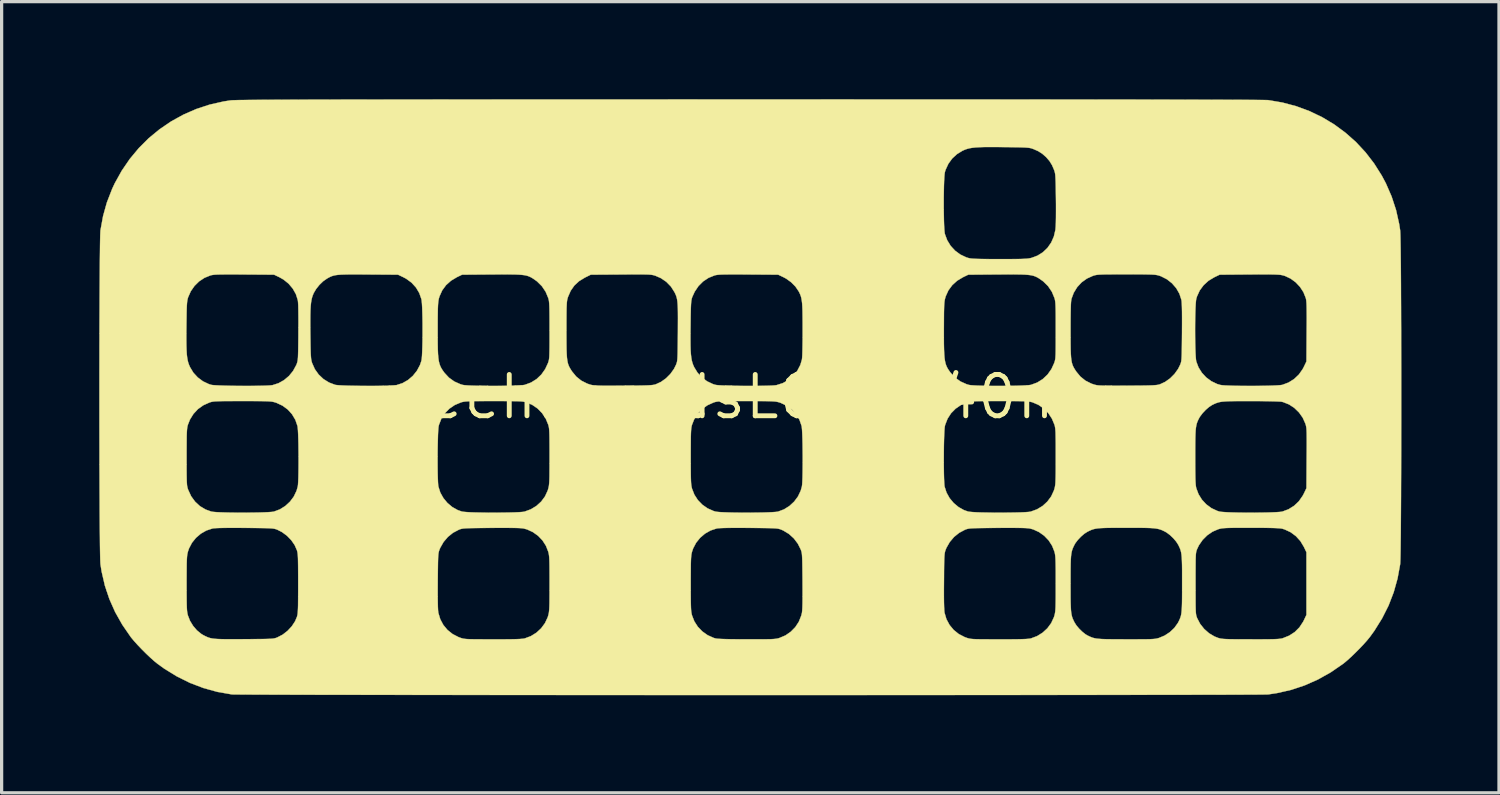
<source format=kicad_pcb>
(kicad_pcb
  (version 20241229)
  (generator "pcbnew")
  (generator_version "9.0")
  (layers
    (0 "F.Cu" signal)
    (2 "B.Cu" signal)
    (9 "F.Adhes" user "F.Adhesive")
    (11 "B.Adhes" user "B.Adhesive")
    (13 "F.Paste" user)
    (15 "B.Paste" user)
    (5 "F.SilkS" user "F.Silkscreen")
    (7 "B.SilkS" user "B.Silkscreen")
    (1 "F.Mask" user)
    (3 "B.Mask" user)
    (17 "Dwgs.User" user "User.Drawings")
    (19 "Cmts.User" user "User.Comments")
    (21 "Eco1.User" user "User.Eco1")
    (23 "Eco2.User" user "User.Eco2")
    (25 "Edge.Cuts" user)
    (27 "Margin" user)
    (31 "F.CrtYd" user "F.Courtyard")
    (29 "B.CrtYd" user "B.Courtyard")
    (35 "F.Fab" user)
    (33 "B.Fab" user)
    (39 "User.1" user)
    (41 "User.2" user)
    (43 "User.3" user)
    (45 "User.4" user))
  (footprint "mechboardsLOGO_40mm"
    (layer "F.Cu")
    (at 20.01 9.149)
    (property "Reference" "mechboardsLOGO_40mm" (at 0 0 0) (layer "F.SilkS") (effects (font (size 1.27 1.27) (thickness 0.15))))
    (attr through_hole)
    (fp_poly (pts (xy 2.168 -9.144) (xy 3.194 -9.143) (xy 4.178 -9.143) (xy 5.121 -9.143) (xy 6.023 -9.143) (xy 6.883 -9.143) (xy 7.703 -9.142) (xy 8.483 -9.142) (xy 9.222 -9.141) (xy 9.921 -9.141) (xy 10.581 -9.14) (xy 11.2 -9.139) (xy 11.781 -9.139) (xy 12.322 -9.138) (xy 12.824 -9.137) (xy 13.288 -9.136) (xy 13.713 -9.135) (xy 14.101 -9.134) (xy 14.45 -9.133) (xy 14.761 -9.132) (xy 15.035 -9.131) (xy 15.271 -9.13) (xy 15.471 -9.129) (xy 15.633 -9.127) (xy 15.759 -9.126) (xy 15.849 -9.124) (xy 15.903 -9.123) (xy 15.918 -9.122) (xy 16.356 -9.047) (xy 16.78 -8.934) (xy 17.188 -8.783) (xy 17.577 -8.596) (xy 17.945 -8.375) (xy 18.291 -8.12) (xy 18.613 -7.835) (xy 18.907 -7.519) (xy 19.172 -7.175) (xy 19.407 -6.803) (xy 19.533 -6.566) (xy 19.709 -6.162) (xy 19.846 -5.745) (xy 19.942 -5.314) (xy 19.972 -5.122) (xy 19.975 -5.074) (xy 19.979 -4.986) (xy 19.982 -4.86) (xy 19.985 -4.699) (xy 19.988 -4.505) (xy 19.99 -4.28) (xy 19.993 -4.027) (xy 19.995 -3.748) (xy 19.997 -3.445) (xy 19.998 -3.121) (xy 20 -2.778) (xy 20.001 -2.418) (xy 20.003 -2.044) (xy 20.003 -1.658) (xy 20.004 -1.262) (xy 20.005 -0.86) (xy 20.005 -0.452) (xy 20.005 -0.041) (xy 20.005 0.37) (xy 20.005 0.778) (xy 20.004 1.183) (xy 20.004 1.58) (xy 20.003 1.969) (xy 20.002 2.346) (xy 20 2.71) (xy 19.999 3.057) (xy 19.997 3.386) (xy 19.995 3.695) (xy 19.993 3.98) (xy 19.991 4.24) (xy 19.988 4.472) (xy 19.986 4.674) (xy 19.983 4.844) (xy 19.98 4.979) (xy 19.976 5.077) (xy 19.973 5.135) (xy 19.972 5.144) (xy 19.892 5.581) (xy 19.774 6.003) (xy 19.616 6.412) (xy 19.417 6.806) (xy 19.179 7.188) (xy 19.043 7.376) (xy 18.959 7.479) (xy 18.851 7.601) (xy 18.726 7.733) (xy 18.593 7.866) (xy 18.461 7.993) (xy 18.337 8.105) (xy 18.23 8.194) (xy 18.213 8.206) (xy 17.837 8.465) (xy 17.446 8.684) (xy 17.042 8.863) (xy 16.623 9.003) (xy 16.189 9.102) (xy 15.918 9.143) (xy 15.887 9.144) (xy 15.815 9.145) (xy 15.703 9.147) (xy 15.553 9.148) (xy 15.366 9.149) (xy 15.143 9.15) (xy 14.884 9.151) (xy 14.593 9.152) (xy 14.269 9.153) (xy 13.915 9.153) (xy 13.531 9.154) (xy 13.119 9.155) (xy 12.679 9.156) (xy 12.214 9.156) (xy 11.724 9.157) (xy 11.211 9.158) (xy 10.676 9.158) (xy 10.121 9.159) (xy 9.546 9.159) (xy 8.953 9.16) (xy 8.343 9.16) (xy 7.717 9.161) (xy 7.077 9.161) (xy 6.424 9.161) (xy 5.759 9.162) (xy 5.084 9.162) (xy 4.4 9.162) (xy 3.707 9.162) (xy 3.008 9.163) (xy 2.304 9.163) (xy 1.595 9.163) (xy 0.883 9.163) (xy 0.17 9.163) (xy -0.543 9.163) (xy -1.256 9.163) (xy -1.966 9.163) (xy -2.673 9.163) (xy -3.375 9.162) (xy -4.071 9.162) (xy -4.759 9.162) (xy -5.44 9.162) (xy -6.11 9.161) (xy -6.769 9.161) (xy -7.415 9.161) (xy -8.048 9.16) (xy -8.667 9.16) (xy -9.268 9.159) (xy -9.853 9.159) (xy -10.418 9.158) (xy -10.964 9.157) (xy -11.488 9.157) (xy -11.99 9.156) (xy -12.467 9.155) (xy -12.92 9.155) (xy -13.346 9.154) (xy -13.745 9.153) (xy -14.114 9.152) (xy -14.454 9.151) (xy -14.762 9.15) (xy -15.037 9.149) (xy -15.278 9.148) (xy -15.484 9.147) (xy -15.653 9.146) (xy -15.784 9.145) (xy -15.876 9.144) (xy -15.928 9.143) (xy -15.938 9.142) (xy -16.379 9.065) (xy -16.807 8.947) (xy -17.221 8.789) (xy -17.621 8.591) (xy -18.006 8.355) (xy -18.213 8.206) (xy -18.317 8.122) (xy -18.438 8.014) (xy -18.57 7.889) (xy -18.703 7.756) (xy -18.83 7.623) (xy -18.942 7.499) (xy -19.031 7.392) (xy -19.043 7.376) (xy -19.302 7) (xy -19.521 6.612) (xy -19.699 6.211) (xy -19.838 5.796) (xy -19.851 5.736) (xy -17.325 5.736) (xy -17.325 5.95) (xy -17.324 6.127) (xy -17.323 6.27) (xy -17.321 6.385) (xy -17.318 6.475) (xy -17.314 6.547) (xy -17.308 6.604) (xy -17.301 6.65) (xy -17.292 6.691) (xy -17.285 6.716) (xy -17.221 6.88) (xy -17.126 7.036) (xy -17.007 7.175) (xy -16.872 7.285) (xy -16.803 7.326) (xy -16.747 7.354) (xy -16.695 7.378) (xy -16.645 7.398) (xy -16.592 7.413) (xy -16.531 7.425) (xy -16.458 7.434) (xy -16.368 7.44) (xy -16.257 7.444) (xy -16.121 7.446) (xy -15.954 7.446) (xy -15.753 7.446) (xy -15.568 7.445) (xy -15.348 7.444) (xy -15.166 7.442) (xy -15.018 7.441) (xy -14.899 7.439) (xy -14.806 7.436) (xy -14.734 7.433) (xy -14.679 7.428) (xy -14.636 7.422) (xy -14.602 7.414) (xy -14.572 7.405) (xy -14.542 7.393) (xy -14.535 7.39) (xy -14.371 7.305) (xy -14.221 7.188) (xy -14.092 7.049) (xy -13.991 6.895) (xy -13.933 6.757) (xy -13.924 6.723) (xy -13.916 6.685) (xy -13.91 6.638) (xy -13.906 6.578) (xy -13.902 6.501) (xy -13.899 6.401) (xy -13.898 6.277) (xy -13.897 6.122) (xy -13.896 5.932) (xy -13.896 5.919) (xy -9.607 5.919) (xy -9.607 6.136) (xy -9.605 6.313) (xy -9.602 6.452) (xy -9.597 6.555) (xy -9.59 6.623) (xy -9.588 6.636) (xy -9.529 6.832) (xy -9.435 7.008) (xy -9.308 7.161) (xy -9.151 7.287) (xy -8.969 7.381) (xy -8.916 7.401) (xy -8.88 7.413) (xy -8.845 7.423) (xy -8.807 7.431) (xy -8.762 7.437) (xy -8.705 7.442) (xy -8.632 7.445) (xy -8.538 7.447) (xy -8.418 7.449) (xy -8.269 7.449) (xy -8.086 7.45) (xy -7.906 7.45) (xy -7.671 7.45) (xy -7.476 7.449) (xy -7.316 7.447) (xy -7.188 7.444) (xy -7.088 7.44) (xy -7.013 7.434) (xy -6.96 7.428) (xy -6.932 7.422) (xy -6.743 7.351) (xy -6.573 7.245) (xy -6.428 7.111) (xy -6.311 6.952) (xy -6.227 6.773) (xy -6.21 6.716) (xy -6.2 6.676) (xy -6.191 6.633) (xy -6.185 6.583) (xy -6.18 6.521) (xy -6.176 6.443) (xy -6.173 6.343) (xy -6.172 6.218) (xy -6.171 6.062) (xy -6.17 5.872) (xy -6.17 5.736) (xy -1.831 5.736) (xy -1.831 5.95) (xy -1.83 6.127) (xy -1.829 6.27) (xy -1.827 6.385) (xy -1.824 6.475) (xy -1.82 6.547) (xy -1.814 6.604) (xy -1.807 6.65) (xy -1.798 6.691) (xy -1.791 6.716) (xy -1.72 6.898) (xy -1.613 7.064) (xy -1.475 7.207) (xy -1.313 7.322) (xy -1.131 7.404) (xy -1.079 7.42) (xy -1.038 7.428) (xy -0.971 7.434) (xy -0.875 7.439) (xy -0.747 7.443) (xy -0.585 7.446) (xy -0.387 7.448) (xy -0.149 7.449) (xy -0.113 7.449) (xy 0.103 7.449) (xy 0.282 7.449) (xy 0.427 7.448) (xy 0.544 7.447) (xy 0.636 7.445) (xy 0.708 7.441) (xy 0.764 7.436) (xy 0.809 7.43) (xy 0.847 7.422) (xy 0.883 7.412) (xy 0.895 7.408) (xy 1.08 7.33) (xy 1.243 7.217) (xy 1.382 7.076) (xy 1.491 6.91) (xy 1.565 6.724) (xy 1.587 6.636) (xy 1.594 6.577) (xy 1.6 6.484) (xy 1.604 6.356) (xy 1.606 6.19) (xy 1.606 5.984) (xy 1.606 5.919) (xy 5.95 5.919) (xy 5.95 6.136) (xy 5.952 6.313) (xy 5.956 6.452) (xy 5.961 6.555) (xy 5.967 6.623) (xy 5.97 6.636) (xy 6.028 6.832) (xy 6.123 7.008) (xy 6.25 7.161) (xy 6.406 7.287) (xy 6.588 7.381) (xy 6.642 7.401) (xy 6.678 7.413) (xy 6.713 7.423) (xy 6.75 7.431) (xy 6.796 7.437) (xy 6.853 7.442) (xy 6.926 7.445) (xy 7.02 7.447) (xy 7.139 7.449) (xy 7.288 7.449) (xy 7.472 7.45) (xy 7.652 7.45) (xy 7.886 7.45) (xy 8.082 7.449) (xy 8.242 7.447) (xy 8.37 7.444) (xy 8.47 7.44) (xy 8.544 7.434) (xy 8.598 7.428) (xy 8.625 7.422) (xy 8.814 7.351) (xy 8.984 7.245) (xy 9.13 7.111) (xy 9.247 6.952) (xy 9.33 6.773) (xy 9.348 6.716) (xy 9.358 6.676) (xy 9.366 6.633) (xy 9.373 6.583) (xy 9.378 6.521) (xy 9.382 6.443) (xy 9.384 6.343) (xy 9.386 6.218) (xy 9.387 6.062) (xy 9.387 5.872) (xy 9.387 5.736) (xy 9.842 5.736) (xy 9.843 5.963) (xy 9.843 6.152) (xy 9.845 6.308) (xy 9.849 6.435) (xy 9.854 6.539) (xy 9.862 6.623) (xy 9.873 6.692) (xy 9.887 6.751) (xy 9.905 6.805) (xy 9.928 6.857) (xy 9.955 6.913) (xy 9.964 6.931) (xy 10.022 7.022) (xy 10.105 7.121) (xy 10.201 7.215) (xy 10.296 7.291) (xy 10.351 7.325) (xy 10.409 7.354) (xy 10.462 7.378) (xy 10.513 7.398) (xy 10.569 7.413) (xy 10.632 7.426) (xy 10.709 7.434) (xy 10.803 7.441) (xy 10.919 7.445) (xy 11.061 7.447) (xy 11.235 7.449) (xy 11.445 7.449) (xy 11.549 7.45) (xy 11.766 7.45) (xy 11.945 7.449) (xy 12.091 7.449) (xy 12.207 7.447) (xy 12.299 7.445) (xy 12.371 7.441) (xy 12.428 7.436) (xy 12.473 7.43) (xy 12.511 7.421) (xy 12.547 7.411) (xy 12.556 7.409) (xy 12.735 7.334) (xy 12.896 7.228) (xy 13.034 7.097) (xy 13.141 6.947) (xy 13.155 6.921) (xy 13.182 6.866) (xy 13.205 6.814) (xy 13.224 6.763) (xy 13.239 6.706) (xy 13.25 6.64) (xy 13.258 6.559) (xy 13.264 6.46) (xy 13.268 6.338) (xy 13.27 6.188) (xy 13.271 6.006) (xy 13.271 5.787) (xy 13.271 5.736) (xy 13.684 5.736) (xy 13.684 5.96) (xy 13.685 6.146) (xy 13.685 6.298) (xy 13.686 6.42) (xy 13.688 6.516) (xy 13.691 6.591) (xy 13.695 6.648) (xy 13.701 6.692) (xy 13.708 6.727) (xy 13.717 6.756) (xy 13.728 6.785) (xy 13.734 6.801) (xy 13.825 6.975) (xy 13.949 7.131) (xy 14.099 7.263) (xy 14.267 7.363) (xy 14.379 7.407) (xy 14.414 7.417) (xy 14.451 7.426) (xy 14.494 7.432) (xy 14.548 7.438) (xy 14.618 7.442) (xy 14.706 7.445) (xy 14.819 7.447) (xy 14.96 7.448) (xy 15.134 7.449) (xy 15.345 7.449) (xy 15.379 7.449) (xy 15.601 7.45) (xy 15.784 7.449) (xy 15.934 7.448) (xy 16.054 7.446) (xy 16.148 7.443) (xy 16.222 7.439) (xy 16.278 7.433) (xy 16.322 7.427) (xy 16.358 7.418) (xy 16.363 7.417) (xy 16.562 7.337) (xy 16.733 7.226) (xy 16.877 7.082) (xy 16.992 6.907) (xy 17.013 6.865) (xy 17.092 6.699) (xy 17.092 4.773) (xy 17.013 4.608) (xy 16.906 4.43) (xy 16.769 4.279) (xy 16.606 4.158) (xy 16.423 4.073) (xy 16.351 4.05) (xy 16.311 4.043) (xy 16.252 4.037) (xy 16.171 4.032) (xy 16.063 4.028) (xy 15.925 4.025) (xy 15.754 4.023) (xy 15.547 4.022) (xy 15.385 4.022) (xy 15.17 4.022) (xy 14.992 4.022) (xy 14.848 4.023) (xy 14.733 4.025) (xy 14.642 4.028) (xy 14.571 4.032) (xy 14.515 4.037) (xy 14.47 4.043) (xy 14.432 4.052) (xy 14.395 4.062) (xy 14.386 4.064) (xy 14.207 4.141) (xy 14.043 4.253) (xy 13.901 4.395) (xy 13.787 4.56) (xy 13.734 4.671) (xy 13.722 4.701) (xy 13.712 4.73) (xy 13.704 4.761) (xy 13.698 4.8) (xy 13.693 4.849) (xy 13.69 4.914) (xy 13.687 4.999) (xy 13.686 5.107) (xy 13.685 5.243) (xy 13.684 5.41) (xy 13.684 5.614) (xy 13.684 5.736) (xy 13.271 5.736) (xy 13.271 5.509) (xy 13.271 5.32) (xy 13.269 5.164) (xy 13.265 5.037) (xy 13.26 4.934) (xy 13.252 4.849) (xy 13.241 4.78) (xy 13.227 4.721) (xy 13.209 4.668) (xy 13.186 4.615) (xy 13.159 4.559) (xy 13.15 4.541) (xy 13.088 4.445) (xy 13 4.342) (xy 12.899 4.246) (xy 12.798 4.17) (xy 12.752 4.143) (xy 12.694 4.114) (xy 12.641 4.09) (xy 12.588 4.071) (xy 12.531 4.056) (xy 12.465 4.044) (xy 12.386 4.035) (xy 12.289 4.029) (xy 12.169 4.025) (xy 12.022 4.023) (xy 11.843 4.022) (xy 11.628 4.022) (xy 11.557 4.022) (xy 11.33 4.022) (xy 11.141 4.023) (xy 10.985 4.024) (xy 10.858 4.028) (xy 10.754 4.033) (xy 10.67 4.041) (xy 10.601 4.052) (xy 10.542 4.066) (xy 10.489 4.084) (xy 10.436 4.107) (xy 10.38 4.134) (xy 10.362 4.143) (xy 10.265 4.205) (xy 10.163 4.293) (xy 10.067 4.394) (xy 9.99 4.495) (xy 9.964 4.541) (xy 9.935 4.599) (xy 9.911 4.652) (xy 9.892 4.705) (xy 9.877 4.762) (xy 9.865 4.828) (xy 9.856 4.907) (xy 9.85 5.004) (xy 9.846 5.124) (xy 9.844 5.271) (xy 9.843 5.45) (xy 9.843 5.665) (xy 9.842 5.736) (xy 9.387 5.736) (xy 9.387 5.522) (xy 9.387 5.346) (xy 9.385 5.203) (xy 9.383 5.088) (xy 9.38 4.997) (xy 9.376 4.926) (xy 9.37 4.869) (xy 9.363 4.822) (xy 9.354 4.781) (xy 9.348 4.757) (xy 9.276 4.575) (xy 9.17 4.41) (xy 9.034 4.268) (xy 8.874 4.154) (xy 8.696 4.072) (xy 8.594 4.044) (xy 8.544 4.037) (xy 8.467 4.031) (xy 8.359 4.027) (xy 8.218 4.025) (xy 8.042 4.024) (xy 7.828 4.024) (xy 7.599 4.025) (xy 7.383 4.027) (xy 7.205 4.029) (xy 7.06 4.031) (xy 6.945 4.033) (xy 6.855 4.036) (xy 6.786 4.04) (xy 6.733 4.045) (xy 6.692 4.052) (xy 6.658 4.06) (xy 6.628 4.07) (xy 6.597 4.082) (xy 6.42 4.176) (xy 6.262 4.303) (xy 6.13 4.459) (xy 6.028 4.636) (xy 6.005 4.693) (xy 5.993 4.725) (xy 5.984 4.758) (xy 5.976 4.795) (xy 5.97 4.842) (xy 5.965 4.902) (xy 5.961 4.98) (xy 5.958 5.081) (xy 5.956 5.208) (xy 5.954 5.368) (xy 5.953 5.563) (xy 5.952 5.662) (xy 5.95 5.919) (xy 1.606 5.919) (xy 1.605 5.739) (xy 1.605 5.662) (xy 1.603 5.45) (xy 1.601 5.275) (xy 1.599 5.134) (xy 1.597 5.022) (xy 1.593 4.934) (xy 1.589 4.866) (xy 1.584 4.814) (xy 1.577 4.774) (xy 1.568 4.739) (xy 1.557 4.708) (xy 1.552 4.693) (xy 1.461 4.511) (xy 1.338 4.348) (xy 1.187 4.211) (xy 1.015 4.107) (xy 0.959 4.082) (xy 0.928 4.07) (xy 0.898 4.06) (xy 0.864 4.052) (xy 0.823 4.045) (xy 0.769 4.04) (xy 0.699 4.036) (xy 0.609 4.033) (xy 0.493 4.031) (xy 0.348 4.029) (xy 0.169 4.027) (xy -0.042 4.025) (xy -0.293 4.024) (xy -0.503 4.024) (xy -0.676 4.025) (xy -0.814 4.028) (xy -0.919 4.032) (xy -0.994 4.037) (xy -1.037 4.044) (xy -1.223 4.105) (xy -1.393 4.202) (xy -1.543 4.33) (xy -1.666 4.483) (xy -1.757 4.656) (xy -1.791 4.757) (xy -1.801 4.797) (xy -1.81 4.839) (xy -1.816 4.889) (xy -1.821 4.951) (xy -1.825 5.03) (xy -1.828 5.129) (xy -1.829 5.254) (xy -1.83 5.41) (xy -1.831 5.6) (xy -1.831 5.736) (xy -6.17 5.736) (xy -6.17 5.522) (xy -6.171 5.346) (xy -6.172 5.203) (xy -6.174 5.088) (xy -6.177 4.997) (xy -6.181 4.926) (xy -6.187 4.869) (xy -6.194 4.822) (xy -6.203 4.781) (xy -6.21 4.757) (xy -6.281 4.575) (xy -6.387 4.41) (xy -6.523 4.268) (xy -6.683 4.154) (xy -6.861 4.072) (xy -6.964 4.044) (xy -7.013 4.037) (xy -7.09 4.031) (xy -7.198 4.027) (xy -7.339 4.025) (xy -7.515 4.024) (xy -7.729 4.024) (xy -7.959 4.025) (xy -8.175 4.027) (xy -8.353 4.029) (xy -8.497 4.031) (xy -8.612 4.033) (xy -8.702 4.036) (xy -8.772 4.04) (xy -8.825 4.045) (xy -8.866 4.052) (xy -8.9 4.06) (xy -8.93 4.07) (xy -8.96 4.082) (xy -9.138 4.176) (xy -9.295 4.303) (xy -9.428 4.459) (xy -9.529 4.636) (xy -9.553 4.693) (xy -9.564 4.725) (xy -9.574 4.758) (xy -9.582 4.795) (xy -9.588 4.842) (xy -9.593 4.902) (xy -9.596 4.98) (xy -9.599 5.081) (xy -9.601 5.208) (xy -9.603 5.368) (xy -9.605 5.563) (xy -9.606 5.662) (xy -9.607 5.919) (xy -13.896 5.919) (xy -13.896 5.736) (xy -13.896 5.513) (xy -13.897 5.329) (xy -13.898 5.178) (xy -13.9 5.057) (xy -13.902 4.961) (xy -13.906 4.886) (xy -13.911 4.828) (xy -13.917 4.782) (xy -13.925 4.745) (xy -13.933 4.716) (xy -14.003 4.555) (xy -14.108 4.403) (xy -14.241 4.266) (xy -14.393 4.154) (xy -14.535 4.082) (xy -14.566 4.07) (xy -14.596 4.06) (xy -14.63 4.052) (xy -14.671 4.045) (xy -14.725 4.04) (xy -14.795 4.036) (xy -14.885 4.033) (xy -15.001 4.031) (xy -15.146 4.029) (xy -15.325 4.027) (xy -15.536 4.025) (xy -15.787 4.024) (xy -15.997 4.024) (xy -16.17 4.025) (xy -16.308 4.028) (xy -16.413 4.032) (xy -16.488 4.037) (xy -16.531 4.044) (xy -16.717 4.105) (xy -16.887 4.202) (xy -17.037 4.33) (xy -17.16 4.483) (xy -17.251 4.656) (xy -17.285 4.757) (xy -17.295 4.797) (xy -17.304 4.839) (xy -17.31 4.889) (xy -17.315 4.951) (xy -17.319 5.03) (xy -17.322 5.129) (xy -17.323 5.254) (xy -17.324 5.41) (xy -17.325 5.6) (xy -17.325 5.736) (xy -19.851 5.736) (xy -19.937 5.366) (xy -19.972 5.144) (xy -19.975 5.095) (xy -19.979 5.007) (xy -19.982 4.881) (xy -19.985 4.72) (xy -19.988 4.526) (xy -19.99 4.301) (xy -19.993 4.048) (xy -19.995 3.769) (xy -19.997 3.466) (xy -19.998 3.142) (xy -20 2.799) (xy -20.001 2.439) (xy -20.003 2.065) (xy -20.003 1.852) (xy -17.325 1.852) (xy -17.325 2.067) (xy -17.325 2.243) (xy -17.324 2.387) (xy -17.322 2.501) (xy -17.32 2.591) (xy -17.316 2.66) (xy -17.312 2.714) (xy -17.305 2.757) (xy -17.297 2.792) (xy -17.287 2.826) (xy -17.276 2.857) (xy -17.185 3.053) (xy -17.064 3.219) (xy -16.916 3.356) (xy -16.742 3.46) (xy -16.568 3.523) (xy -16.512 3.532) (xy -16.42 3.54) (xy -16.297 3.546) (xy -16.15 3.551) (xy -15.984 3.555) (xy -15.806 3.557) (xy -15.621 3.558) (xy -15.436 3.557) (xy -15.256 3.555) (xy -15.087 3.552) (xy -14.935 3.547) (xy -14.807 3.541) (xy -14.708 3.534) (xy -14.644 3.525) (xy -14.637 3.523) (xy -14.456 3.455) (xy -14.291 3.351) (xy -14.147 3.218) (xy -14.03 3.061) (xy -13.946 2.885) (xy -13.909 2.756) (xy -13.901 2.697) (xy -13.895 2.602) (xy -13.89 2.477) (xy -13.887 2.329) (xy -13.885 2.163) (xy -13.884 2.018) (xy -9.611 2.018) (xy -9.61 2.193) (xy -9.608 2.356) (xy -9.604 2.501) (xy -9.599 2.621) (xy -9.593 2.71) (xy -9.586 2.756) (xy -9.528 2.939) (xy -9.433 3.109) (xy -9.309 3.259) (xy -9.16 3.384) (xy -8.992 3.478) (xy -8.867 3.522) (xy -8.811 3.531) (xy -8.718 3.539) (xy -8.595 3.546) (xy -8.448 3.551) (xy -8.282 3.554) (xy -8.104 3.557) (xy -7.919 3.558) (xy -7.734 3.557) (xy -7.554 3.555) (xy -7.385 3.552) (xy -7.234 3.548) (xy -7.105 3.542) (xy -7.007 3.535) (xy -6.943 3.526) (xy -6.936 3.524) (xy -6.745 3.454) (xy -6.574 3.35) (xy -6.427 3.216) (xy -6.31 3.058) (xy -6.227 2.878) (xy -6.21 2.821) (xy -6.2 2.781) (xy -6.191 2.739) (xy -6.185 2.689) (xy -6.18 2.628) (xy -6.176 2.55) (xy -6.173 2.451) (xy -6.172 2.327) (xy -6.171 2.172) (xy -6.17 1.983) (xy -6.17 1.831) (xy -1.831 1.831) (xy -1.831 2.046) (xy -1.83 2.224) (xy -1.829 2.369) (xy -1.827 2.484) (xy -1.824 2.576) (xy -1.82 2.648) (xy -1.814 2.706) (xy -1.807 2.753) (xy -1.798 2.794) (xy -1.791 2.821) (xy -1.719 3.005) (xy -1.612 3.17) (xy -1.475 3.312) (xy -1.311 3.426) (xy -1.127 3.507) (xy -1.074 3.523) (xy -1.018 3.532) (xy -0.926 3.54) (xy -0.803 3.546) (xy -0.656 3.551) (xy -0.49 3.555) (xy -0.312 3.557) (xy -0.127 3.558) (xy 0.058 3.557) (xy 0.238 3.555) (xy 0.407 3.552) (xy 0.559 3.547) (xy 0.687 3.541) (xy 0.786 3.534) (xy 0.85 3.525) (xy 0.857 3.523) (xy 1.038 3.455) (xy 1.203 3.351) (xy 1.347 3.218) (xy 1.464 3.061) (xy 1.548 2.885) (xy 1.585 2.756) (xy 1.593 2.697) (xy 1.599 2.602) (xy 1.604 2.477) (xy 1.607 2.329) (xy 1.609 2.163) (xy 1.61 2.018) (xy 5.946 2.018) (xy 5.948 2.193) (xy 5.95 2.356) (xy 5.954 2.501) (xy 5.959 2.621) (xy 5.965 2.71) (xy 5.971 2.756) (xy 6.03 2.939) (xy 6.124 3.109) (xy 6.249 3.259) (xy 6.398 3.384) (xy 6.565 3.478) (xy 6.69 3.522) (xy 6.747 3.531) (xy 6.839 3.539) (xy 6.962 3.546) (xy 7.109 3.551) (xy 7.275 3.554) (xy 7.454 3.557) (xy 7.638 3.558) (xy 7.824 3.557) (xy 8.004 3.555) (xy 8.173 3.552) (xy 8.324 3.548) (xy 8.452 3.542) (xy 8.551 3.535) (xy 8.614 3.526) (xy 8.621 3.524) (xy 8.813 3.454) (xy 8.984 3.35) (xy 9.13 3.216) (xy 9.247 3.058) (xy 9.33 2.878) (xy 9.348 2.821) (xy 9.358 2.781) (xy 9.366 2.739) (xy 9.373 2.689) (xy 9.378 2.628) (xy 9.381 2.55) (xy 9.384 2.451) (xy 9.386 2.327) (xy 9.387 2.172) (xy 9.387 1.983) (xy 9.387 1.841) (xy 13.674 1.841) (xy 13.674 2.063) (xy 13.675 2.246) (xy 13.677 2.396) (xy 13.679 2.516) (xy 13.683 2.611) (xy 13.688 2.684) (xy 13.694 2.741) (xy 13.702 2.785) (xy 13.706 2.804) (xy 13.776 2.99) (xy 13.88 3.158) (xy 14.015 3.303) (xy 14.174 3.42) (xy 14.353 3.503) (xy 14.417 3.523) (xy 14.473 3.532) (xy 14.566 3.539) (xy 14.69 3.546) (xy 14.838 3.551) (xy 15.004 3.555) (xy 15.183 3.557) (xy 15.368 3.558) (xy 15.553 3.557) (xy 15.734 3.555) (xy 15.903 3.552) (xy 16.054 3.547) (xy 16.182 3.541) (xy 16.281 3.534) (xy 16.344 3.525) (xy 16.351 3.524) (xy 16.541 3.453) (xy 16.712 3.346) (xy 16.859 3.207) (xy 16.977 3.038) (xy 17.013 2.97) (xy 17.092 2.805) (xy 17.098 1.88) (xy 17.1 1.658) (xy 17.101 1.473) (xy 17.101 1.323) (xy 17.1 1.201) (xy 17.099 1.106) (xy 17.096 1.031) (xy 17.092 0.973) (xy 17.086 0.927) (xy 17.079 0.89) (xy 17.071 0.857) (xy 17.06 0.823) (xy 17.06 0.822) (xy 16.978 0.639) (xy 16.863 0.477) (xy 16.722 0.34) (xy 16.559 0.232) (xy 16.379 0.16) (xy 16.335 0.149) (xy 16.294 0.144) (xy 16.215 0.14) (xy 16.104 0.136) (xy 15.965 0.133) (xy 15.804 0.13) (xy 15.625 0.128) (xy 15.432 0.128) (xy 15.387 0.128) (xy 15.16 0.128) (xy 14.971 0.128) (xy 14.815 0.13) (xy 14.688 0.133) (xy 14.585 0.139) (xy 14.501 0.146) (xy 14.432 0.157) (xy 14.373 0.172) (xy 14.319 0.19) (xy 14.267 0.212) (xy 14.211 0.239) (xy 14.193 0.248) (xy 14.097 0.31) (xy 13.995 0.399) (xy 13.899 0.501) (xy 13.821 0.605) (xy 13.796 0.647) (xy 13.767 0.703) (xy 13.743 0.757) (xy 13.723 0.812) (xy 13.708 0.873) (xy 13.696 0.944) (xy 13.687 1.031) (xy 13.681 1.138) (xy 13.677 1.269) (xy 13.675 1.429) (xy 13.674 1.623) (xy 13.674 1.841) (xy 9.387 1.841) (xy 9.387 1.831) (xy 9.387 1.616) (xy 9.387 1.438) (xy 9.385 1.294) (xy 9.383 1.179) (xy 9.381 1.088) (xy 9.376 1.018) (xy 9.371 0.963) (xy 9.364 0.919) (xy 9.356 0.881) (xy 9.349 0.857) (xy 9.27 0.668) (xy 9.159 0.499) (xy 9.019 0.356) (xy 8.856 0.244) (xy 8.676 0.167) (xy 8.641 0.157) (xy 8.604 0.149) (xy 8.559 0.142) (xy 8.504 0.137) (xy 8.432 0.133) (xy 8.34 0.131) (xy 8.224 0.129) (xy 8.079 0.128) (xy 7.9 0.127) (xy 7.684 0.127) (xy 7.673 0.127) (xy 7.456 0.127) (xy 7.276 0.128) (xy 7.13 0.129) (xy 7.013 0.13) (xy 6.921 0.133) (xy 6.848 0.137) (xy 6.792 0.142) (xy 6.747 0.148) (xy 6.708 0.156) (xy 6.672 0.166) (xy 6.663 0.169) (xy 6.474 0.248) (xy 6.309 0.361) (xy 6.17 0.502) (xy 6.063 0.668) (xy 5.99 0.855) (xy 5.98 0.894) (xy 5.972 0.95) (xy 5.965 1.043) (xy 5.959 1.165) (xy 5.954 1.312) (xy 5.95 1.477) (xy 5.948 1.653) (xy 5.947 1.836) (xy 5.946 2.018) (xy 1.61 2.018) (xy 1.61 1.986) (xy 1.61 1.803) (xy 1.608 1.621) (xy 1.606 1.446) (xy 1.602 1.284) (xy 1.597 1.141) (xy 1.591 1.024) (xy 1.583 0.937) (xy 1.577 0.894) (xy 1.511 0.703) (xy 1.409 0.532) (xy 1.277 0.386) (xy 1.116 0.268) (xy 0.932 0.182) (xy 0.894 0.169) (xy 0.857 0.159) (xy 0.82 0.15) (xy 0.777 0.143) (xy 0.724 0.138) (xy 0.656 0.134) (xy 0.569 0.131) (xy 0.458 0.129) (xy 0.32 0.128) (xy 0.149 0.127) (xy -0.058 0.127) (xy -0.119 0.127) (xy -0.336 0.127) (xy -0.515 0.128) (xy -0.661 0.128) (xy -0.777 0.13) (xy -0.869 0.133) (xy -0.94 0.136) (xy -0.995 0.141) (xy -1.039 0.147) (xy -1.076 0.155) (xy -1.11 0.165) (xy -1.128 0.171) (xy -1.317 0.256) (xy -1.483 0.374) (xy -1.621 0.523) (xy -1.729 0.697) (xy -1.792 0.857) (xy -1.802 0.893) (xy -1.81 0.932) (xy -1.816 0.979) (xy -1.821 1.039) (xy -1.825 1.116) (xy -1.828 1.214) (xy -1.829 1.338) (xy -1.83 1.493) (xy -1.831 1.682) (xy -1.831 1.831) (xy -6.17 1.831) (xy -6.17 1.616) (xy -6.171 1.438) (xy -6.172 1.294) (xy -6.174 1.179) (xy -6.177 1.088) (xy -6.181 1.018) (xy -6.186 0.963) (xy -6.193 0.919) (xy -6.202 0.881) (xy -6.209 0.857) (xy -6.287 0.668) (xy -6.399 0.499) (xy -6.538 0.356) (xy -6.702 0.244) (xy -6.881 0.167) (xy -6.916 0.157) (xy -6.954 0.149) (xy -6.998 0.142) (xy -7.054 0.137) (xy -7.126 0.133) (xy -7.217 0.131) (xy -7.334 0.129) (xy -7.479 0.128) (xy -7.657 0.127) (xy -7.874 0.127) (xy -7.884 0.127) (xy -8.102 0.127) (xy -8.281 0.128) (xy -8.427 0.129) (xy -8.544 0.13) (xy -8.637 0.133) (xy -8.709 0.137) (xy -8.766 0.142) (xy -8.811 0.148) (xy -8.849 0.156) (xy -8.886 0.166) (xy -8.895 0.169) (xy -9.083 0.248) (xy -9.249 0.361) (xy -9.387 0.502) (xy -9.495 0.668) (xy -9.568 0.855) (xy -9.578 0.894) (xy -9.586 0.95) (xy -9.593 1.043) (xy -9.599 1.165) (xy -9.603 1.312) (xy -9.607 1.477) (xy -9.61 1.653) (xy -9.611 1.836) (xy -9.611 2.018) (xy -13.884 2.018) (xy -13.884 1.986) (xy -13.884 1.803) (xy -13.886 1.621) (xy -13.888 1.446) (xy -13.892 1.284) (xy -13.897 1.141) (xy -13.903 1.024) (xy -13.911 0.937) (xy -13.917 0.894) (xy -13.983 0.703) (xy -14.085 0.532) (xy -14.217 0.386) (xy -14.378 0.268) (xy -14.562 0.182) (xy -14.6 0.169) (xy -14.637 0.159) (xy -14.674 0.15) (xy -14.717 0.143) (xy -14.77 0.138) (xy -14.838 0.134) (xy -14.925 0.131) (xy -15.036 0.129) (xy -15.174 0.128) (xy -15.345 0.127) (xy -15.552 0.127) (xy -15.613 0.127) (xy -15.83 0.127) (xy -16.009 0.128) (xy -16.155 0.128) (xy -16.271 0.13) (xy -16.363 0.133) (xy -16.434 0.136) (xy -16.489 0.141) (xy -16.533 0.147) (xy -16.57 0.155) (xy -16.604 0.165) (xy -16.622 0.171) (xy -16.811 0.256) (xy -16.977 0.374) (xy -17.115 0.523) (xy -17.223 0.697) (xy -17.286 0.857) (xy -17.296 0.892) (xy -17.304 0.931) (xy -17.31 0.978) (xy -17.315 1.037) (xy -17.319 1.113) (xy -17.322 1.209) (xy -17.323 1.332) (xy -17.324 1.484) (xy -17.325 1.671) (xy -17.325 1.852) (xy -20.003 1.852) (xy -20.003 1.679) (xy -20.004 1.284) (xy -20.005 0.881) (xy -20.005 0.473) (xy -20.005 0.062) (xy -20.005 -0.348) (xy -20.005 -0.757) (xy -20.004 -1.162) (xy -20.004 -1.559) (xy -20.003 -1.749) (xy -17.333 -1.749) (xy -17.331 -1.575) (xy -17.326 -1.43) (xy -17.319 -1.309) (xy -17.307 -1.208) (xy -17.292 -1.123) (xy -17.273 -1.048) (xy -17.248 -0.98) (xy -17.22 -0.916) (xy -17.117 -0.745) (xy -16.981 -0.598) (xy -16.821 -0.479) (xy -16.641 -0.394) (xy -16.571 -0.372) (xy -16.52 -0.364) (xy -16.433 -0.358) (xy -16.315 -0.352) (xy -16.173 -0.347) (xy -16.012 -0.343) (xy -15.838 -0.34) (xy -15.657 -0.339) (xy -15.475 -0.338) (xy -15.298 -0.339) (xy -15.132 -0.341) (xy -14.982 -0.344) (xy -14.855 -0.348) (xy -14.757 -0.354) (xy -14.693 -0.361) (xy -14.685 -0.362) (xy -14.501 -0.421) (xy -14.33 -0.517) (xy -14.178 -0.645) (xy -14.052 -0.8) (xy -13.956 -0.977) (xy -13.941 -1.012) (xy -13.93 -1.044) (xy -13.921 -1.076) (xy -13.913 -1.113) (xy -13.907 -1.16) (xy -13.902 -1.221) (xy -13.899 -1.299) (xy -13.896 -1.401) (xy -13.894 -1.529) (xy -13.892 -1.688) (xy -13.89 -1.884) (xy -13.89 -1.997) (xy -13.888 -2.264) (xy -13.888 -2.338) (xy -13.523 -2.338) (xy -13.523 -2.125) (xy -13.521 -1.93) (xy -13.518 -1.728) (xy -13.516 -1.565) (xy -13.513 -1.433) (xy -13.51 -1.33) (xy -13.505 -1.249) (xy -13.5 -1.187) (xy -13.493 -1.137) (xy -13.484 -1.096) (xy -13.473 -1.058) (xy -13.468 -1.042) (xy -13.384 -0.853) (xy -13.266 -0.688) (xy -13.119 -0.549) (xy -12.946 -0.442) (xy -12.758 -0.371) (xy -12.707 -0.364) (xy -12.62 -0.357) (xy -12.503 -0.351) (xy -12.361 -0.346) (xy -12.2 -0.343) (xy -12.026 -0.34) (xy -11.846 -0.339) (xy -11.664 -0.338) (xy -11.487 -0.339) (xy -11.321 -0.341) (xy -11.172 -0.344) (xy -11.045 -0.349) (xy -10.947 -0.354) (xy -10.883 -0.361) (xy -10.875 -0.363) (xy -10.69 -0.423) (xy -10.52 -0.52) (xy -10.371 -0.648) (xy -10.247 -0.803) (xy -10.153 -0.979) (xy -10.108 -1.112) (xy -10.098 -1.172) (xy -10.09 -1.268) (xy -10.084 -1.393) (xy -10.079 -1.543) (xy -10.075 -1.711) (xy -10.073 -1.89) (xy -10.073 -2.07) (xy -9.608 -2.07) (xy -9.608 -1.83) (xy -9.607 -1.627) (xy -9.604 -1.458) (xy -9.598 -1.318) (xy -9.588 -1.202) (xy -9.575 -1.106) (xy -9.556 -1.026) (xy -9.532 -0.956) (xy -9.502 -0.893) (xy -9.465 -0.832) (xy -9.421 -0.769) (xy -9.4 -0.741) (xy -9.262 -0.592) (xy -9.097 -0.474) (xy -8.908 -0.39) (xy -8.837 -0.369) (xy -8.781 -0.361) (xy -8.689 -0.354) (xy -8.567 -0.348) (xy -8.42 -0.344) (xy -8.256 -0.34) (xy -8.078 -0.338) (xy -7.895 -0.338) (xy -7.711 -0.339) (xy -7.533 -0.341) (xy -7.366 -0.344) (xy -7.217 -0.349) (xy -7.092 -0.355) (xy -6.997 -0.362) (xy -6.937 -0.37) (xy -6.933 -0.371) (xy -6.74 -0.442) (xy -6.568 -0.549) (xy -6.422 -0.688) (xy -6.303 -0.857) (xy -6.219 -1.038) (xy -6.207 -1.073) (xy -6.197 -1.106) (xy -6.189 -1.142) (xy -6.183 -1.185) (xy -6.178 -1.24) (xy -6.175 -1.311) (xy -6.173 -1.403) (xy -6.171 -1.519) (xy -6.17 -1.665) (xy -6.17 -1.845) (xy -6.17 -2.043) (xy -6.17 -2.052) (xy -5.652 -2.052) (xy -5.651 -1.818) (xy -5.65 -1.621) (xy -5.648 -1.459) (xy -5.643 -1.325) (xy -5.636 -1.215) (xy -5.625 -1.126) (xy -5.611 -1.051) (xy -5.592 -0.988) (xy -5.568 -0.931) (xy -5.538 -0.876) (xy -5.502 -0.818) (xy -5.479 -0.783) (xy -5.35 -0.626) (xy -5.195 -0.501) (xy -5.013 -0.409) (xy -4.921 -0.378) (xy -4.886 -0.369) (xy -4.847 -0.361) (xy -4.8 -0.355) (xy -4.741 -0.351) (xy -4.665 -0.348) (xy -4.567 -0.345) (xy -4.444 -0.344) (xy -4.291 -0.344) (xy -4.104 -0.345) (xy -3.905 -0.346) (xy -3.684 -0.347) (xy -3.5 -0.348) (xy -3.351 -0.35) (xy -3.231 -0.353) (xy -3.136 -0.356) (xy -3.063 -0.361) (xy -3.006 -0.366) (xy -2.963 -0.373) (xy -2.928 -0.381) (xy -2.905 -0.388) (xy -2.745 -0.462) (xy -2.592 -0.571) (xy -2.457 -0.706) (xy -2.346 -0.861) (xy -2.283 -0.988) (xy -2.271 -1.019) (xy -2.261 -1.05) (xy -2.252 -1.083) (xy -2.246 -1.125) (xy -2.241 -1.178) (xy -2.237 -1.248) (xy -2.234 -1.339) (xy -2.232 -1.454) (xy -2.23 -1.6) (xy -2.228 -1.751) (xy -1.839 -1.751) (xy -1.838 -1.579) (xy -1.834 -1.435) (xy -1.826 -1.316) (xy -1.815 -1.216) (xy -1.801 -1.131) (xy -1.782 -1.058) (xy -1.759 -0.99) (xy -1.73 -0.924) (xy -1.726 -0.915) (xy -1.622 -0.745) (xy -1.487 -0.598) (xy -1.327 -0.479) (xy -1.147 -0.394) (xy -1.077 -0.372) (xy -1.026 -0.364) (xy -0.938 -0.357) (xy -0.82 -0.351) (xy -0.677 -0.347) (xy -0.516 -0.343) (xy -0.342 -0.34) (xy -0.161 -0.338) (xy 0.021 -0.338) (xy 0.198 -0.339) (xy 0.364 -0.341) (xy 0.513 -0.344) (xy 0.64 -0.348) (xy 0.738 -0.354) (xy 0.801 -0.361) (xy 0.808 -0.363) (xy 0.999 -0.424) (xy 1.172 -0.522) (xy 1.322 -0.65) (xy 1.445 -0.805) (xy 1.537 -0.982) (xy 1.585 -1.142) (xy 1.592 -1.196) (xy 1.598 -1.291) (xy 1.602 -1.423) (xy 1.605 -1.591) (xy 1.608 -1.792) (xy 1.608 -2.023) (xy 1.608 -2.06) (xy 1.608 -2.07) (xy 5.949 -2.07) (xy 5.949 -1.83) (xy 5.95 -1.627) (xy 5.954 -1.458) (xy 5.96 -1.318) (xy 5.969 -1.202) (xy 5.983 -1.106) (xy 6.001 -1.026) (xy 6.025 -0.956) (xy 6.055 -0.893) (xy 6.092 -0.832) (xy 6.137 -0.769) (xy 6.158 -0.741) (xy 6.296 -0.592) (xy 6.461 -0.474) (xy 6.649 -0.39) (xy 6.72 -0.369) (xy 6.776 -0.361) (xy 6.868 -0.354) (xy 6.99 -0.348) (xy 7.137 -0.344) (xy 7.302 -0.34) (xy 7.479 -0.338) (xy 7.663 -0.338) (xy 7.847 -0.339) (xy 8.025 -0.341) (xy 8.191 -0.344) (xy 8.34 -0.349) (xy 8.465 -0.355) (xy 8.561 -0.362) (xy 8.62 -0.37) (xy 8.625 -0.371) (xy 8.818 -0.442) (xy 8.989 -0.549) (xy 9.136 -0.688) (xy 9.255 -0.857) (xy 9.338 -1.038) (xy 9.35 -1.073) (xy 9.36 -1.106) (xy 9.368 -1.142) (xy 9.375 -1.185) (xy 9.379 -1.24) (xy 9.383 -1.311) (xy 9.385 -1.403) (xy 9.386 -1.519) (xy 9.387 -1.665) (xy 9.387 -1.845) (xy 9.387 -2.043) (xy 9.387 -2.05) (xy 9.843 -2.05) (xy 9.843 -1.816) (xy 9.844 -1.62) (xy 9.846 -1.458) (xy 9.851 -1.324) (xy 9.858 -1.215) (xy 9.869 -1.125) (xy 9.883 -1.051) (xy 9.902 -0.987) (xy 9.926 -0.93) (xy 9.956 -0.875) (xy 9.992 -0.818) (xy 10.015 -0.783) (xy 10.144 -0.626) (xy 10.299 -0.501) (xy 10.481 -0.409) (xy 10.573 -0.378) (xy 10.608 -0.369) (xy 10.647 -0.361) (xy 10.694 -0.355) (xy 10.753 -0.351) (xy 10.829 -0.348) (xy 10.927 -0.345) (xy 11.05 -0.344) (xy 11.203 -0.344) (xy 11.39 -0.345) (xy 11.589 -0.346) (xy 11.81 -0.347) (xy 11.994 -0.348) (xy 12.143 -0.35) (xy 12.263 -0.353) (xy 12.358 -0.356) (xy 12.431 -0.361) (xy 12.488 -0.366) (xy 12.531 -0.373) (xy 12.566 -0.381) (xy 12.589 -0.388) (xy 12.749 -0.462) (xy 12.902 -0.571) (xy 13.037 -0.706) (xy 13.148 -0.861) (xy 13.211 -0.988) (xy 13.223 -1.019) (xy 13.233 -1.05) (xy 13.242 -1.083) (xy 13.248 -1.125) (xy 13.253 -1.178) (xy 13.257 -1.248) (xy 13.26 -1.339) (xy 13.262 -1.454) (xy 13.264 -1.6) (xy 13.266 -1.779) (xy 13.268 -1.99) (xy 13.268 -2.05) (xy 13.67 -2.05) (xy 13.671 -1.864) (xy 13.673 -1.684) (xy 13.677 -1.516) (xy 13.682 -1.367) (xy 13.689 -1.242) (xy 13.697 -1.147) (xy 13.706 -1.09) (xy 13.775 -0.908) (xy 13.879 -0.742) (xy 14.013 -0.598) (xy 14.171 -0.482) (xy 14.348 -0.397) (xy 14.443 -0.369) (xy 14.5 -0.36) (xy 14.593 -0.353) (xy 14.716 -0.348) (xy 14.863 -0.343) (xy 15.029 -0.34) (xy 15.206 -0.339) (xy 15.39 -0.338) (xy 15.574 -0.339) (xy 15.752 -0.341) (xy 15.918 -0.344) (xy 16.067 -0.349) (xy 16.192 -0.355) (xy 16.287 -0.362) (xy 16.346 -0.37) (xy 16.351 -0.371) (xy 16.541 -0.442) (xy 16.712 -0.549) (xy 16.859 -0.688) (xy 16.977 -0.856) (xy 17.013 -0.925) (xy 17.092 -1.09) (xy 17.098 -2.007) (xy 17.1 -2.234) (xy 17.101 -2.422) (xy 17.1 -2.576) (xy 17.099 -2.701) (xy 17.097 -2.8) (xy 17.094 -2.877) (xy 17.089 -2.937) (xy 17.084 -2.984) (xy 17.076 -3.022) (xy 17.07 -3.044) (xy 16.999 -3.221) (xy 16.894 -3.382) (xy 16.761 -3.523) (xy 16.607 -3.636) (xy 16.438 -3.716) (xy 16.378 -3.735) (xy 16.341 -3.743) (xy 16.3 -3.751) (xy 16.248 -3.756) (xy 16.184 -3.76) (xy 16.102 -3.763) (xy 15.997 -3.765) (xy 15.867 -3.766) (xy 15.706 -3.766) (xy 15.51 -3.765) (xy 15.335 -3.764) (xy 14.425 -3.757) (xy 14.26 -3.678) (xy 14.082 -3.571) (xy 13.932 -3.434) (xy 13.812 -3.272) (xy 13.728 -3.088) (xy 13.706 -3.016) (xy 13.697 -2.956) (xy 13.689 -2.86) (xy 13.682 -2.734) (xy 13.677 -2.584) (xy 13.673 -2.416) (xy 13.671 -2.236) (xy 13.67 -2.05) (xy 13.268 -2.05) (xy 13.269 -2.24) (xy 13.269 -2.45) (xy 13.268 -2.623) (xy 13.265 -2.761) (xy 13.261 -2.866) (xy 13.256 -2.941) (xy 13.249 -2.985) (xy 13.188 -3.172) (xy 13.09 -3.343) (xy 12.96 -3.493) (xy 12.804 -3.616) (xy 12.625 -3.707) (xy 12.579 -3.724) (xy 12.545 -3.734) (xy 12.51 -3.743) (xy 12.471 -3.75) (xy 12.422 -3.756) (xy 12.36 -3.76) (xy 12.28 -3.763) (xy 12.178 -3.765) (xy 12.049 -3.767) (xy 11.889 -3.767) (xy 11.694 -3.768) (xy 11.557 -3.768) (xy 11.338 -3.768) (xy 11.158 -3.767) (xy 11.011 -3.766) (xy 10.893 -3.765) (xy 10.8 -3.762) (xy 10.727 -3.759) (xy 10.671 -3.754) (xy 10.627 -3.748) (xy 10.59 -3.74) (xy 10.556 -3.73) (xy 10.535 -3.724) (xy 10.347 -3.639) (xy 10.183 -3.522) (xy 10.046 -3.374) (xy 9.94 -3.201) (xy 9.871 -3.016) (xy 9.864 -2.976) (xy 9.857 -2.917) (xy 9.852 -2.836) (xy 9.849 -2.728) (xy 9.846 -2.59) (xy 9.844 -2.419) (xy 9.843 -2.212) (xy 9.843 -2.05) (xy 9.387 -2.05) (xy 9.387 -2.261) (xy 9.387 -2.441) (xy 9.386 -2.587) (xy 9.384 -2.705) (xy 9.381 -2.797) (xy 9.377 -2.87) (xy 9.372 -2.926) (xy 9.365 -2.971) (xy 9.357 -3.009) (xy 9.349 -3.037) (xy 9.268 -3.232) (xy 9.152 -3.404) (xy 9.002 -3.552) (xy 8.906 -3.62) (xy 8.853 -3.655) (xy 8.802 -3.683) (xy 8.751 -3.706) (xy 8.694 -3.725) (xy 8.629 -3.74) (xy 8.549 -3.75) (xy 8.452 -3.758) (xy 8.333 -3.763) (xy 8.188 -3.765) (xy 8.012 -3.766) (xy 7.801 -3.765) (xy 7.609 -3.764) (xy 6.699 -3.757) (xy 6.54 -3.681) (xy 6.358 -3.572) (xy 6.207 -3.436) (xy 6.089 -3.276) (xy 6.006 -3.094) (xy 5.987 -3.029) (xy 5.977 -2.987) (xy 5.969 -2.94) (xy 5.963 -2.883) (xy 5.958 -2.81) (xy 5.955 -2.718) (xy 5.952 -2.602) (xy 5.951 -2.458) (xy 5.95 -2.28) (xy 5.949 -2.07) (xy 1.608 -2.07) (xy 1.608 -2.29) (xy 1.606 -2.483) (xy 1.604 -2.643) (xy 1.599 -2.774) (xy 1.592 -2.881) (xy 1.581 -2.968) (xy 1.568 -3.041) (xy 1.551 -3.103) (xy 1.529 -3.159) (xy 1.503 -3.215) (xy 1.486 -3.246) (xy 1.387 -3.392) (xy 1.255 -3.525) (xy 1.103 -3.635) (xy 1.023 -3.678) (xy 0.857 -3.757) (xy -0.06 -3.763) (xy -0.287 -3.765) (xy -0.476 -3.765) (xy -0.63 -3.765) (xy -0.755 -3.764) (xy -0.854 -3.762) (xy -0.932 -3.759) (xy -0.992 -3.754) (xy -1.039 -3.748) (xy -1.076 -3.741) (xy -1.098 -3.735) (xy -1.284 -3.66) (xy -1.45 -3.55) (xy -1.593 -3.407) (xy -1.709 -3.235) (xy -1.783 -3.073) (xy -1.795 -3.039) (xy -1.804 -3.002) (xy -1.812 -2.96) (xy -1.818 -2.906) (xy -1.823 -2.835) (xy -1.827 -2.744) (xy -1.83 -2.628) (xy -1.833 -2.48) (xy -1.835 -2.298) (xy -1.836 -2.2) (xy -1.839 -1.957) (xy -1.839 -1.751) (xy -2.228 -1.751) (xy -2.228 -1.779) (xy -2.226 -1.99) (xy -2.225 -2.224) (xy -2.224 -2.421) (xy -2.225 -2.585) (xy -2.227 -2.719) (xy -2.232 -2.828) (xy -2.239 -2.917) (xy -2.249 -2.99) (xy -2.262 -3.052) (xy -2.279 -3.107) (xy -2.3 -3.158) (xy -2.326 -3.212) (xy -2.333 -3.225) (xy -2.441 -3.394) (xy -2.581 -3.537) (xy -2.748 -3.651) (xy -2.918 -3.725) (xy -2.951 -3.735) (xy -2.984 -3.744) (xy -3.021 -3.751) (xy -3.067 -3.757) (xy -3.124 -3.761) (xy -3.198 -3.764) (xy -3.293 -3.765) (xy -3.413 -3.766) (xy -3.563 -3.766) (xy -3.746 -3.765) (xy -3.967 -3.763) (xy -3.977 -3.763) (xy -4.903 -3.757) (xy -5.085 -3.667) (xy -5.262 -3.559) (xy -5.407 -3.425) (xy -5.52 -3.264) (xy -5.603 -3.074) (xy -5.617 -3.028) (xy -5.626 -2.994) (xy -5.633 -2.951) (xy -5.639 -2.896) (xy -5.643 -2.825) (xy -5.647 -2.733) (xy -5.649 -2.615) (xy -5.65 -2.469) (xy -5.651 -2.29) (xy -5.651 -2.072) (xy -5.652 -2.052) (xy -6.17 -2.052) (xy -6.17 -2.261) (xy -6.171 -2.441) (xy -6.172 -2.587) (xy -6.174 -2.705) (xy -6.177 -2.797) (xy -6.181 -2.87) (xy -6.186 -2.926) (xy -6.192 -2.971) (xy -6.201 -3.009) (xy -6.209 -3.037) (xy -6.29 -3.232) (xy -6.406 -3.404) (xy -6.556 -3.552) (xy -6.651 -3.62) (xy -6.705 -3.655) (xy -6.755 -3.683) (xy -6.807 -3.706) (xy -6.863 -3.725) (xy -6.929 -3.74) (xy -7.008 -3.75) (xy -7.105 -3.758) (xy -7.224 -3.763) (xy -7.37 -3.765) (xy -7.546 -3.766) (xy -7.757 -3.765) (xy -7.948 -3.764) (xy -8.858 -3.757) (xy -9.017 -3.681) (xy -9.199 -3.572) (xy -9.351 -3.436) (xy -9.469 -3.276) (xy -9.551 -3.094) (xy -9.571 -3.029) (xy -9.58 -2.987) (xy -9.588 -2.94) (xy -9.594 -2.883) (xy -9.599 -2.81) (xy -9.603 -2.718) (xy -9.605 -2.602) (xy -9.607 -2.458) (xy -9.608 -2.28) (xy -9.608 -2.07) (xy -10.073 -2.07) (xy -10.073 -2.075) (xy -10.073 -2.26) (xy -10.076 -2.438) (xy -10.08 -2.603) (xy -10.085 -2.749) (xy -10.092 -2.871) (xy -10.101 -2.961) (xy -10.108 -3.004) (xy -10.174 -3.193) (xy -10.276 -3.364) (xy -10.411 -3.512) (xy -10.575 -3.632) (xy -10.661 -3.678) (xy -10.827 -3.757) (xy -11.744 -3.763) (xy -11.981 -3.765) (xy -12.18 -3.765) (xy -12.345 -3.765) (xy -12.48 -3.762) (xy -12.59 -3.758) (xy -12.68 -3.751) (xy -12.753 -3.741) (xy -12.814 -3.727) (xy -12.867 -3.71) (xy -12.916 -3.689) (xy -12.966 -3.663) (xy -13.008 -3.639) (xy -13.127 -3.556) (xy -13.243 -3.444) (xy -13.344 -3.318) (xy -13.419 -3.191) (xy -13.422 -3.184) (xy -13.448 -3.121) (xy -13.47 -3.054) (xy -13.487 -2.98) (xy -13.501 -2.893) (xy -13.511 -2.791) (xy -13.518 -2.667) (xy -13.522 -2.517) (xy -13.523 -2.338) (xy -13.888 -2.338) (xy -13.889 -2.49) (xy -13.891 -2.673) (xy -13.894 -2.815) (xy -13.9 -2.915) (xy -13.907 -2.974) (xy -13.907 -2.975) (xy -13.966 -3.159) (xy -14.062 -3.329) (xy -14.19 -3.481) (xy -14.345 -3.606) (xy -14.471 -3.678) (xy -14.637 -3.757) (xy -15.554 -3.763) (xy -15.781 -3.765) (xy -15.97 -3.765) (xy -16.124 -3.765) (xy -16.249 -3.764) (xy -16.348 -3.762) (xy -16.426 -3.759) (xy -16.486 -3.754) (xy -16.533 -3.748) (xy -16.57 -3.741) (xy -16.592 -3.735) (xy -16.775 -3.661) (xy -16.94 -3.552) (xy -17.082 -3.412) (xy -17.197 -3.247) (xy -17.278 -3.064) (xy -17.29 -3.025) (xy -17.299 -2.985) (xy -17.307 -2.938) (xy -17.313 -2.879) (xy -17.318 -2.804) (xy -17.322 -2.707) (xy -17.325 -2.584) (xy -17.327 -2.429) (xy -17.33 -2.237) (xy -17.33 -2.201) (xy -17.333 -1.956) (xy -17.333 -1.749) (xy -20.003 -1.749) (xy -20.003 -1.948) (xy -20.002 -2.325) (xy -20 -2.689) (xy -19.999 -3.036) (xy -19.997 -3.365) (xy -19.995 -3.674) (xy -19.993 -3.959) (xy -19.991 -4.219) (xy -19.988 -4.451) (xy -19.986 -4.653) (xy -19.983 -4.823) (xy -19.98 -4.958) (xy -19.976 -5.056) (xy -19.973 -5.114) (xy -19.972 -5.122) (xy -19.892 -5.56) (xy -19.783 -5.95) (xy 5.945 -5.95) (xy 5.945 -5.765) (xy 5.948 -5.587) (xy 5.951 -5.421) (xy 5.956 -5.274) (xy 5.963 -5.152) (xy 5.971 -5.061) (xy 5.979 -5.01) (xy 6.051 -4.816) (xy 6.157 -4.643) (xy 6.293 -4.495) (xy 6.455 -4.376) (xy 6.639 -4.289) (xy 6.712 -4.267) (xy 6.751 -4.259) (xy 6.804 -4.252) (xy 6.874 -4.247) (xy 6.966 -4.243) (xy 7.083 -4.24) (xy 7.231 -4.238) (xy 7.412 -4.236) (xy 7.631 -4.236) (xy 7.662 -4.236) (xy 7.879 -4.236) (xy 8.058 -4.237) (xy 8.203 -4.238) (xy 8.32 -4.24) (xy 8.413 -4.244) (xy 8.486 -4.248) (xy 8.544 -4.254) (xy 8.591 -4.262) (xy 8.632 -4.271) (xy 8.638 -4.272) (xy 8.826 -4.342) (xy 8.993 -4.447) (xy 9.134 -4.582) (xy 9.247 -4.744) (xy 9.329 -4.929) (xy 9.377 -5.135) (xy 9.379 -5.154) (xy 9.386 -5.237) (xy 9.391 -5.359) (xy 9.394 -5.517) (xy 9.395 -5.707) (xy 9.395 -5.925) (xy 9.393 -6.095) (xy 9.39 -6.295) (xy 9.388 -6.458) (xy 9.385 -6.587) (xy 9.381 -6.69) (xy 9.377 -6.769) (xy 9.372 -6.829) (xy 9.365 -6.877) (xy 9.356 -6.916) (xy 9.345 -6.951) (xy 9.338 -6.973) (xy 9.273 -7.124) (xy 9.195 -7.25) (xy 9.095 -7.366) (xy 9.088 -7.373) (xy 8.972 -7.475) (xy 8.849 -7.553) (xy 8.7 -7.619) (xy 8.687 -7.623) (xy 8.652 -7.636) (xy 8.616 -7.646) (xy 8.574 -7.654) (xy 8.523 -7.66) (xy 8.456 -7.665) (xy 8.369 -7.669) (xy 8.258 -7.672) (xy 8.117 -7.674) (xy 7.941 -7.677) (xy 7.808 -7.678) (xy 7.565 -7.681) (xy 7.359 -7.681) (xy 7.187 -7.68) (xy 7.043 -7.675) (xy 6.924 -7.668) (xy 6.825 -7.657) (xy 6.741 -7.643) (xy 6.667 -7.624) (xy 6.6 -7.601) (xy 6.534 -7.572) (xy 6.524 -7.568) (xy 6.352 -7.463) (xy 6.204 -7.327) (xy 6.086 -7.164) (xy 6.002 -6.981) (xy 5.98 -6.91) (xy 5.971 -6.851) (xy 5.963 -6.756) (xy 5.956 -6.63) (xy 5.951 -6.481) (xy 5.948 -6.314) (xy 5.945 -6.135) (xy 5.945 -5.95) (xy -19.783 -5.95) (xy -19.773 -5.983) (xy -19.614 -6.392) (xy -19.533 -6.566) (xy -19.318 -6.953) (xy -19.071 -7.314) (xy -18.794 -7.647) (xy -18.489 -7.952) (xy -18.157 -8.225) (xy -17.802 -8.467) (xy -17.425 -8.675) (xy -17.029 -8.848) (xy -16.615 -8.984) (xy -16.185 -9.081) (xy -15.981 -9.113) (xy -15.962 -9.115) (xy -15.934 -9.117) (xy -15.897 -9.119) (xy -15.848 -9.12) (xy -15.788 -9.122) (xy -15.715 -9.124) (xy -15.629 -9.125) (xy -15.529 -9.126) (xy -15.413 -9.128) (xy -15.281 -9.129) (xy -15.133 -9.13) (xy -14.967 -9.131) (xy -14.782 -9.132) (xy -14.578 -9.133) (xy -14.353 -9.134) (xy -14.108 -9.135) (xy -13.84 -9.136) (xy -13.55 -9.137) (xy -13.236 -9.137) (xy -12.897 -9.138) (xy -12.533 -9.139) (xy -12.142 -9.139) (xy -11.724 -9.14) (xy -11.278 -9.14) (xy -10.804 -9.141) (xy -10.299 -9.141) (xy -9.764 -9.141) (xy -9.198 -9.142) (xy -8.599 -9.142) (xy -7.967 -9.142) (xy -7.301 -9.143) (xy -6.6 -9.143) (xy -5.863 -9.143) (xy -5.09 -9.143) (xy -4.279 -9.143) (xy -3.43 -9.143) (xy -2.541 -9.143) (xy -1.613 -9.144) (xy -0.643 -9.144) (xy -0.01 -9.144) (xy 1.1 -9.144) (xy 2.168 -9.144)) (stroke (width 0.01) (type solid)) (fill yes) (layer "F.SilkS")))
  (gr_rect
    (start -3 -3)
    (end 43.02 21.316)
    (stroke (width 0.1) (type default))
    (fill no)
    (layer "Edge.Cuts")))
</source>
